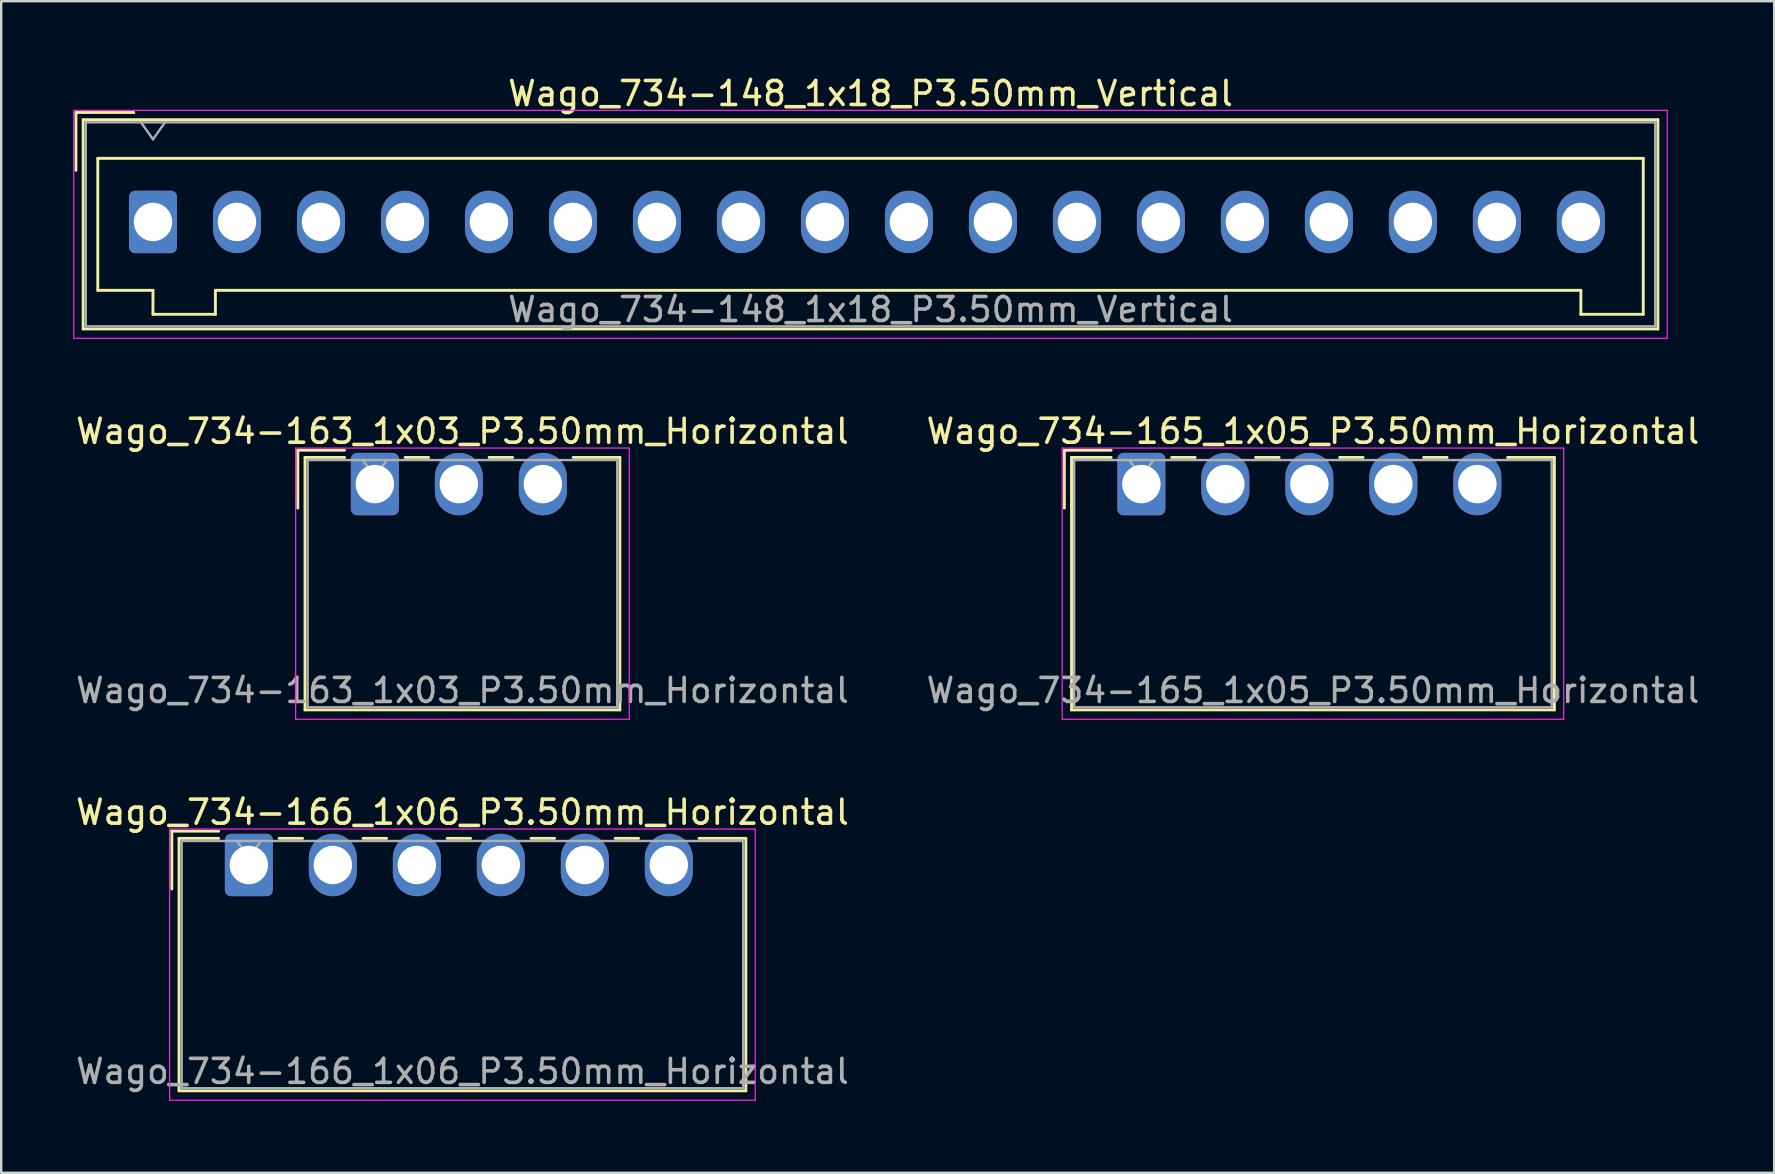
<source format=kicad_pcb>
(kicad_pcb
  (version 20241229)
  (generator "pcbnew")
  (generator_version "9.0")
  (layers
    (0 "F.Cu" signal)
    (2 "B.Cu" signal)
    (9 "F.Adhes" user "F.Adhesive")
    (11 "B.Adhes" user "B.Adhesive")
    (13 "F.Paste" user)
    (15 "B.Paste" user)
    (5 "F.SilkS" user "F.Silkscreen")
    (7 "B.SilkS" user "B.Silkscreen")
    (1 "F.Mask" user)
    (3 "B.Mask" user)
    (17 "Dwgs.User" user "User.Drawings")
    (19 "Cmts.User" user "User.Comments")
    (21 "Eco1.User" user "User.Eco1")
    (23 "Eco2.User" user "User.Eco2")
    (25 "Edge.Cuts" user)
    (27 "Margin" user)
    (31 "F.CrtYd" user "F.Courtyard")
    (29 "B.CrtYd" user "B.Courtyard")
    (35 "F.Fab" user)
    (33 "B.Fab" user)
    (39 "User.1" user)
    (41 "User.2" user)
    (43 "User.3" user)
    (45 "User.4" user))
  (footprint "Wago_734-166_1x06_P3.50mm_Horizontal"
    (layer "F.Cu")
    (at 7.32 32.995)
    (property "Reference" "Wago_734-166_1x06_P3.50mm_Horizontal" (at 8.9 -2.2 0) (layer "F.SilkS") (effects (font (size 1 1) (thickness 0.15))))
    (attr through_hole)
    (fp_line (start -3.21 -1.41) (end -1.26 -1.41) (stroke (width 0.12) (type solid)) (layer "F.SilkS"))
    (fp_line (start -3.21 1) (end -3.21 -1.41) (stroke (width 0.12) (type solid)) (layer "F.SilkS"))
    (fp_line (start -2.91 -1.11) (end -2.91 9.41) (stroke (width 0.12) (type solid)) (layer "F.SilkS"))
    (fp_line (start -2.91 9.41) (end 20.71 9.41) (stroke (width 0.12) (type solid)) (layer "F.SilkS"))
    (fp_line (start -1.26 -1.11) (end -2.91 -1.11) (stroke (width 0.12) (type solid)) (layer "F.SilkS"))
    (fp_line (start 1.26 -1.11) (end 2.24 -1.11) (stroke (width 0.12) (type solid)) (layer "F.SilkS"))
    (fp_line (start 4.76 -1.11) (end 5.74 -1.11) (stroke (width 0.12) (type solid)) (layer "F.SilkS"))
    (fp_line (start 8.26 -1.11) (end 9.24 -1.11) (stroke (width 0.12) (type solid)) (layer "F.SilkS"))
    (fp_line (start 11.76 -1.11) (end 12.74 -1.11) (stroke (width 0.12) (type solid)) (layer "F.SilkS"))
    (fp_line (start 15.26 -1.11) (end 16.24 -1.11) (stroke (width 0.12) (type solid)) (layer "F.SilkS"))
    (fp_line (start 20.71 -1.11) (end 18.76 -1.11) (stroke (width 0.12) (type solid)) (layer "F.SilkS"))
    (fp_line (start 20.71 9.41) (end 20.71 -1.11) (stroke (width 0.12) (type solid)) (layer "F.SilkS"))
    (fp_line (start -3.3 -1.5) (end -3.3 9.8) (stroke (width 0.05) (type solid)) (layer "F.CrtYd"))
    (fp_line (start -3.3 9.8) (end 21.1 9.8) (stroke (width 0.05) (type solid)) (layer "F.CrtYd"))
    (fp_line (start 21.1 -1.5) (end -3.3 -1.5) (stroke (width 0.05) (type solid)) (layer "F.CrtYd"))
    (fp_line (start 21.1 9.8) (end 21.1 -1.5) (stroke (width 0.05) (type solid)) (layer "F.CrtYd"))
    (fp_line (start -2.8 -1) (end -2.8 9.3) (stroke (width 0.1) (type solid)) (layer "F.Fab"))
    (fp_line (start -2.8 9.3) (end 20.6 9.3) (stroke (width 0.1) (type solid)) (layer "F.Fab"))
    (fp_line (start -0.5 -1) (end 0 -0.293) (stroke (width 0.1) (type solid)) (layer "F.Fab"))
    (fp_line (start 0 -0.293) (end 0.5 -1) (stroke (width 0.1) (type solid)) (layer "F.Fab"))
    (fp_line (start 20.6 -1) (end -2.8 -1) (stroke (width 0.1) (type solid)) (layer "F.Fab"))
    (fp_line (start 20.6 9.3) (end 20.6 -1) (stroke (width 0.1) (type solid)) (layer "F.Fab"))
    (fp_text user "${REFERENCE}" (at 8.9 8.6 0) (layer "F.Fab") (effects (font (size 1 1) (thickness 0.15))))
    (pad "1" thru_hole roundrect (at 0 0) (size 2 2.6) (drill 1.6) (layers "*.Cu" "*.Mask") (roundrect_rratio 0.125))
    (pad "2" thru_hole oval (at 3.5 0) (size 2 2.6) (drill 1.6) (layers "*.Cu" "*.Mask"))
    (pad "3" thru_hole oval (at 7 0) (size 2 2.6) (drill 1.6) (layers "*.Cu" "*.Mask"))
    (pad "4" thru_hole oval (at 10.5 0) (size 2 2.6) (drill 1.6) (layers "*.Cu" "*.Mask"))
    (pad "5" thru_hole oval (at 14 0) (size 2 2.6) (drill 1.6) (layers "*.Cu" "*.Mask"))
    (pad "6" thru_hole oval (at 17.5 0) (size 2 2.6) (drill 1.6) (layers "*.Cu" "*.Mask")))
  (footprint "Wago_734-148_1x18_P3.50mm_Vertical"
    (layer "F.Cu")
    (at 3.325 6.198)
    (property "Reference" "Wago_734-148_1x18_P3.50mm_Vertical" (at 29.9 -5.35 0) (layer "F.SilkS") (effects (font (size 1 1) (thickness 0.15))))
    (attr through_hole)
    (fp_line (start -3.21 -4.56) (end -0.8 -4.56) (stroke (width 0.12) (type solid)) (layer "F.SilkS"))
    (fp_line (start -3.21 -2.15) (end -3.21 -4.56) (stroke (width 0.12) (type solid)) (layer "F.SilkS"))
    (fp_line (start -2.91 -4.26) (end -2.91 4.46) (stroke (width 0.12) (type solid)) (layer "F.SilkS"))
    (fp_line (start -2.91 4.46) (end 62.71 4.46) (stroke (width 0.12) (type solid)) (layer "F.SilkS"))
    (fp_line (start -2.3 -2.65) (end -2.3 2.85) (stroke (width 0.12) (type solid)) (layer "F.SilkS"))
    (fp_line (start -2.3 2.85) (end 0 2.85) (stroke (width 0.12) (type solid)) (layer "F.SilkS"))
    (fp_line (start 0 2.85) (end 0 3.85) (stroke (width 0.12) (type solid)) (layer "F.SilkS"))
    (fp_line (start 0 3.85) (end 2.6 3.85) (stroke (width 0.12) (type solid)) (layer "F.SilkS"))
    (fp_line (start 2.6 2.85) (end 59.5 2.85) (stroke (width 0.12) (type solid)) (layer "F.SilkS"))
    (fp_line (start 2.6 3.85) (end 2.6 2.85) (stroke (width 0.12) (type solid)) (layer "F.SilkS"))
    (fp_line (start 59.5 2.85) (end 59.5 3.85) (stroke (width 0.12) (type solid)) (layer "F.SilkS"))
    (fp_line (start 59.5 3.85) (end 62.1 3.85) (stroke (width 0.12) (type solid)) (layer "F.SilkS"))
    (fp_line (start 62.1 -2.65) (end -2.3 -2.65) (stroke (width 0.12) (type solid)) (layer "F.SilkS"))
    (fp_line (start 62.1 3.85) (end 62.1 -2.65) (stroke (width 0.12) (type solid)) (layer "F.SilkS"))
    (fp_line (start 62.71 -4.26) (end -2.91 -4.26) (stroke (width 0.12) (type solid)) (layer "F.SilkS"))
    (fp_line (start 62.71 4.46) (end 62.71 -4.26) (stroke (width 0.12) (type solid)) (layer "F.SilkS"))
    (fp_line (start -3.3 -4.65) (end -3.3 4.85) (stroke (width 0.05) (type solid)) (layer "F.CrtYd"))
    (fp_line (start -3.3 4.85) (end 63.1 4.85) (stroke (width 0.05) (type solid)) (layer "F.CrtYd"))
    (fp_line (start 63.1 -4.65) (end -3.3 -4.65) (stroke (width 0.05) (type solid)) (layer "F.CrtYd"))
    (fp_line (start 63.1 4.85) (end 63.1 -4.65) (stroke (width 0.05) (type solid)) (layer "F.CrtYd"))
    (fp_line (start -2.8 -4.15) (end -2.8 4.35) (stroke (width 0.1) (type solid)) (layer "F.Fab"))
    (fp_line (start -2.8 4.35) (end 62.6 4.35) (stroke (width 0.1) (type solid)) (layer "F.Fab"))
    (fp_line (start -0.5 -4.15) (end 0 -3.443) (stroke (width 0.1) (type solid)) (layer "F.Fab"))
    (fp_line (start 0 -3.443) (end 0.5 -4.15) (stroke (width 0.1) (type solid)) (layer "F.Fab"))
    (fp_line (start 62.6 -4.15) (end -2.8 -4.15) (stroke (width 0.1) (type solid)) (layer "F.Fab"))
    (fp_line (start 62.6 4.35) (end 62.6 -4.15) (stroke (width 0.1) (type solid)) (layer "F.Fab"))
    (fp_text user "${REFERENCE}" (at 29.9 3.65 0) (layer "F.Fab") (effects (font (size 1 1) (thickness 0.15))))
    (pad "1" thru_hole roundrect (at 0 0) (size 2 2.6) (drill 1.6) (layers "*.Cu" "*.Mask") (roundrect_rratio 0.125))
    (pad "2" thru_hole oval (at 3.5 0) (size 2 2.6) (drill 1.6) (layers "*.Cu" "*.Mask"))
    (pad "3" thru_hole oval (at 7 0) (size 2 2.6) (drill 1.6) (layers "*.Cu" "*.Mask"))
    (pad "4" thru_hole oval (at 10.5 0) (size 2 2.6) (drill 1.6) (layers "*.Cu" "*.Mask"))
    (pad "5" thru_hole oval (at 14 0) (size 2 2.6) (drill 1.6) (layers "*.Cu" "*.Mask"))
    (pad "6" thru_hole oval (at 17.5 0) (size 2 2.6) (drill 1.6) (layers "*.Cu" "*.Mask"))
    (pad "7" thru_hole oval (at 21 0) (size 2 2.6) (drill 1.6) (layers "*.Cu" "*.Mask"))
    (pad "8" thru_hole oval (at 24.5 0) (size 2 2.6) (drill 1.6) (layers "*.Cu" "*.Mask"))
    (pad "9" thru_hole oval (at 28 0) (size 2 2.6) (drill 1.6) (layers "*.Cu" "*.Mask"))
    (pad "10" thru_hole oval (at 31.5 0) (size 2 2.6) (drill 1.6) (layers "*.Cu" "*.Mask"))
    (pad "11" thru_hole oval (at 35 0) (size 2 2.6) (drill 1.6) (layers "*.Cu" "*.Mask"))
    (pad "12" thru_hole oval (at 38.5 0) (size 2 2.6) (drill 1.6) (layers "*.Cu" "*.Mask"))
    (pad "13" thru_hole oval (at 42 0) (size 2 2.6) (drill 1.6) (layers "*.Cu" "*.Mask"))
    (pad "14" thru_hole oval (at 45.5 0) (size 2 2.6) (drill 1.6) (layers "*.Cu" "*.Mask"))
    (pad "15" thru_hole oval (at 49 0) (size 2 2.6) (drill 1.6) (layers "*.Cu" "*.Mask"))
    (pad "16" thru_hole oval (at 52.5 0) (size 2 2.6) (drill 1.6) (layers "*.Cu" "*.Mask"))
    (pad "17" thru_hole oval (at 56 0) (size 2 2.6) (drill 1.6) (layers "*.Cu" "*.Mask"))
    (pad "18" thru_hole oval (at 59.5 0) (size 2 2.6) (drill 1.6) (layers "*.Cu" "*.Mask")))
  (footprint "Wago_734-165_1x05_P3.50mm_Horizontal"
    (layer "F.Cu")
    (at 44.511 17.122)
    (property "Reference" "Wago_734-165_1x05_P3.50mm_Horizontal" (at 7.15 -2.2 0) (layer "F.SilkS") (effects (font (size 1 1) (thickness 0.15))))
    (attr through_hole)
    (fp_line (start -3.21 -1.41) (end -1.26 -1.41) (stroke (width 0.12) (type solid)) (layer "F.SilkS"))
    (fp_line (start -3.21 1) (end -3.21 -1.41) (stroke (width 0.12) (type solid)) (layer "F.SilkS"))
    (fp_line (start -2.91 -1.11) (end -2.91 9.41) (stroke (width 0.12) (type solid)) (layer "F.SilkS"))
    (fp_line (start -2.91 9.41) (end 17.21 9.41) (stroke (width 0.12) (type solid)) (layer "F.SilkS"))
    (fp_line (start -1.26 -1.11) (end -2.91 -1.11) (stroke (width 0.12) (type solid)) (layer "F.SilkS"))
    (fp_line (start 1.26 -1.11) (end 2.24 -1.11) (stroke (width 0.12) (type solid)) (layer "F.SilkS"))
    (fp_line (start 4.76 -1.11) (end 5.74 -1.11) (stroke (width 0.12) (type solid)) (layer "F.SilkS"))
    (fp_line (start 8.26 -1.11) (end 9.24 -1.11) (stroke (width 0.12) (type solid)) (layer "F.SilkS"))
    (fp_line (start 11.76 -1.11) (end 12.74 -1.11) (stroke (width 0.12) (type solid)) (layer "F.SilkS"))
    (fp_line (start 17.21 -1.11) (end 15.26 -1.11) (stroke (width 0.12) (type solid)) (layer "F.SilkS"))
    (fp_line (start 17.21 9.41) (end 17.21 -1.11) (stroke (width 0.12) (type solid)) (layer "F.SilkS"))
    (fp_line (start -3.3 -1.5) (end -3.3 9.8) (stroke (width 0.05) (type solid)) (layer "F.CrtYd"))
    (fp_line (start -3.3 9.8) (end 17.6 9.8) (stroke (width 0.05) (type solid)) (layer "F.CrtYd"))
    (fp_line (start 17.6 -1.5) (end -3.3 -1.5) (stroke (width 0.05) (type solid)) (layer "F.CrtYd"))
    (fp_line (start 17.6 9.8) (end 17.6 -1.5) (stroke (width 0.05) (type solid)) (layer "F.CrtYd"))
    (fp_line (start -2.8 -1) (end -2.8 9.3) (stroke (width 0.1) (type solid)) (layer "F.Fab"))
    (fp_line (start -2.8 9.3) (end 17.1 9.3) (stroke (width 0.1) (type solid)) (layer "F.Fab"))
    (fp_line (start -0.5 -1) (end 0 -0.293) (stroke (width 0.1) (type solid)) (layer "F.Fab"))
    (fp_line (start 0 -0.293) (end 0.5 -1) (stroke (width 0.1) (type solid)) (layer "F.Fab"))
    (fp_line (start 17.1 -1) (end -2.8 -1) (stroke (width 0.1) (type solid)) (layer "F.Fab"))
    (fp_line (start 17.1 9.3) (end 17.1 -1) (stroke (width 0.1) (type solid)) (layer "F.Fab"))
    (fp_text user "${REFERENCE}" (at 7.15 8.6 0) (layer "F.Fab") (effects (font (size 1 1) (thickness 0.15))))
    (pad "1" thru_hole roundrect (at 0 0) (size 2 2.6) (drill 1.6) (layers "*.Cu" "*.Mask") (roundrect_rratio 0.125))
    (pad "2" thru_hole oval (at 3.5 0) (size 2 2.6) (drill 1.6) (layers "*.Cu" "*.Mask"))
    (pad "3" thru_hole oval (at 7 0) (size 2 2.6) (drill 1.6) (layers "*.Cu" "*.Mask"))
    (pad "4" thru_hole oval (at 10.5 0) (size 2 2.6) (drill 1.6) (layers "*.Cu" "*.Mask"))
    (pad "5" thru_hole oval (at 14 0) (size 2 2.6) (drill 1.6) (layers "*.Cu" "*.Mask")))
  (footprint "Wago_734-163_1x03_P3.50mm_Horizontal"
    (layer "F.Cu")
    (at 12.57 17.122)
    (property "Reference" "Wago_734-163_1x03_P3.50mm_Horizontal" (at 3.65 -2.2 0) (layer "F.SilkS") (effects (font (size 1 1) (thickness 0.15))))
    (attr through_hole)
    (fp_line (start -3.21 -1.41) (end -1.26 -1.41) (stroke (width 0.12) (type solid)) (layer "F.SilkS"))
    (fp_line (start -3.21 1) (end -3.21 -1.41) (stroke (width 0.12) (type solid)) (layer "F.SilkS"))
    (fp_line (start -2.91 -1.11) (end -2.91 9.41) (stroke (width 0.12) (type solid)) (layer "F.SilkS"))
    (fp_line (start -2.91 9.41) (end 10.21 9.41) (stroke (width 0.12) (type solid)) (layer "F.SilkS"))
    (fp_line (start -1.26 -1.11) (end -2.91 -1.11) (stroke (width 0.12) (type solid)) (layer "F.SilkS"))
    (fp_line (start 1.26 -1.11) (end 2.24 -1.11) (stroke (width 0.12) (type solid)) (layer "F.SilkS"))
    (fp_line (start 4.76 -1.11) (end 5.74 -1.11) (stroke (width 0.12) (type solid)) (layer "F.SilkS"))
    (fp_line (start 10.21 -1.11) (end 8.26 -1.11) (stroke (width 0.12) (type solid)) (layer "F.SilkS"))
    (fp_line (start 10.21 9.41) (end 10.21 -1.11) (stroke (width 0.12) (type solid)) (layer "F.SilkS"))
    (fp_line (start -3.3 -1.5) (end -3.3 9.8) (stroke (width 0.05) (type solid)) (layer "F.CrtYd"))
    (fp_line (start -3.3 9.8) (end 10.6 9.8) (stroke (width 0.05) (type solid)) (layer "F.CrtYd"))
    (fp_line (start 10.6 -1.5) (end -3.3 -1.5) (stroke (width 0.05) (type solid)) (layer "F.CrtYd"))
    (fp_line (start 10.6 9.8) (end 10.6 -1.5) (stroke (width 0.05) (type solid)) (layer "F.CrtYd"))
    (fp_line (start -2.8 -1) (end -2.8 9.3) (stroke (width 0.1) (type solid)) (layer "F.Fab"))
    (fp_line (start -2.8 9.3) (end 10.1 9.3) (stroke (width 0.1) (type solid)) (layer "F.Fab"))
    (fp_line (start -0.5 -1) (end 0 -0.293) (stroke (width 0.1) (type solid)) (layer "F.Fab"))
    (fp_line (start 0 -0.293) (end 0.5 -1) (stroke (width 0.1) (type solid)) (layer "F.Fab"))
    (fp_line (start 10.1 -1) (end -2.8 -1) (stroke (width 0.1) (type solid)) (layer "F.Fab"))
    (fp_line (start 10.1 9.3) (end 10.1 -1) (stroke (width 0.1) (type solid)) (layer "F.Fab"))
    (fp_text user "${REFERENCE}" (at 3.65 8.6 0) (layer "F.Fab") (effects (font (size 1 1) (thickness 0.15))))
    (pad "1" thru_hole roundrect (at 0 0) (size 2 2.6) (drill 1.6) (layers "*.Cu" "*.Mask") (roundrect_rratio 0.125))
    (pad "2" thru_hole oval (at 3.5 0) (size 2 2.6) (drill 1.6) (layers "*.Cu" "*.Mask"))
    (pad "3" thru_hole oval (at 7 0) (size 2 2.6) (drill 1.6) (layers "*.Cu" "*.Mask")))
  (gr_rect
    (start -3 -3)
    (end 70.881 45.82)
    (stroke (width 0.1) (type default))
    (fill no)
    (layer "Edge.Cuts")))
</source>
